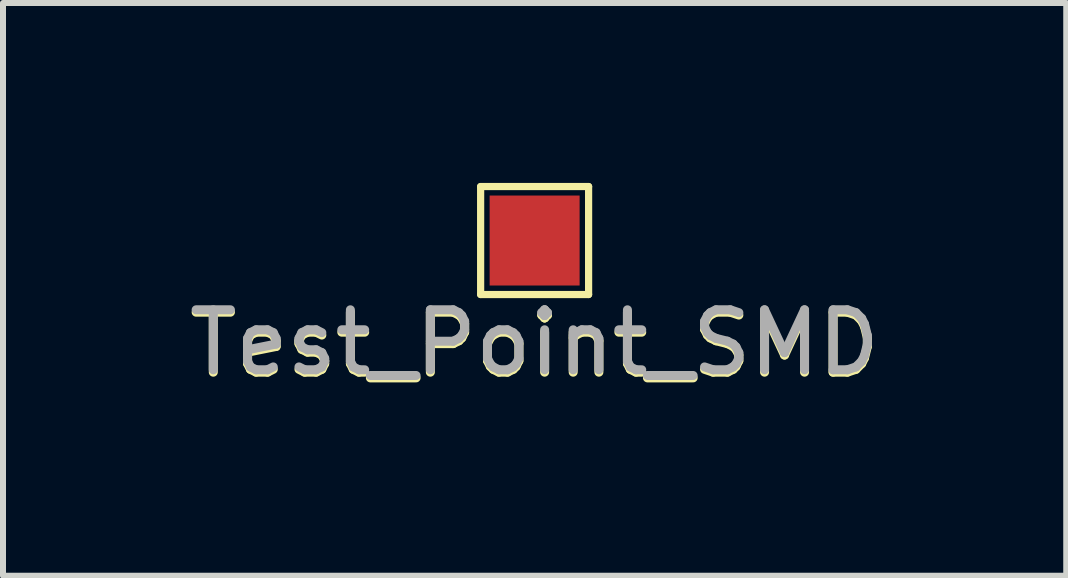
<source format=kicad_pcb>
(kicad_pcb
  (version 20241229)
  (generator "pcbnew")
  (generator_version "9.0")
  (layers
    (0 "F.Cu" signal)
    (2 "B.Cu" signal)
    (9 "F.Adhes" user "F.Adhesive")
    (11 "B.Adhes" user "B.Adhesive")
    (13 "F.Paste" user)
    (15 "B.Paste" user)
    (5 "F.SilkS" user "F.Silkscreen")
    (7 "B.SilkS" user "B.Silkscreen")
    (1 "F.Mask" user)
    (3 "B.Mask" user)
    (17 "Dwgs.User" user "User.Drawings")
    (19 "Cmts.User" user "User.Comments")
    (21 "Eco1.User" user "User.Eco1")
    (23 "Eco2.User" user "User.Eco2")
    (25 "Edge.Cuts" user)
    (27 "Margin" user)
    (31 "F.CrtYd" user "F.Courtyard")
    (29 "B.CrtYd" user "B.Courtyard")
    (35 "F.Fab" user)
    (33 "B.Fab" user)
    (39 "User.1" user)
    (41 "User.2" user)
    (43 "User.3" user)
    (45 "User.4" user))
  (footprint "Test_Point_SMD"
    (layer "F.Cu")
    (at 5.863 0.96)
    (property "Reference" "Test_Point_SMD" (at 0 1.74 0) (unlocked yes) (layer "F.SilkS") (effects (font (size 1 1) (thickness 0.15))))
    (attr smd)
    (fp_line (start -0.9 -0.9) (end 0.9 -0.9) (stroke (width 0.12) (type solid)) (layer "F.SilkS"))
    (fp_line (start -0.9 0.9) (end -0.9 -0.9) (stroke (width 0.12) (type solid)) (layer "F.SilkS"))
    (fp_line (start 0.9 -0.9) (end 0.9 0.9) (stroke (width 0.12) (type solid)) (layer "F.SilkS"))
    (fp_line (start 0.9 0.9) (end -0.9 0.9) (stroke (width 0.12) (type solid)) (layer "F.SilkS"))
    (fp_text user "${REFERENCE}" (at 0 1.7 0) (unlocked yes) (layer "F.Fab") (effects (font (size 1 1) (thickness 0.15))))
    (pad "1" smd rect (at 0 0) (size 1.5 1.5) (layers "F.Cu" "F.Mask" "F.Paste")))
  (gr_rect
    (start -3 -3)
    (end 14.726 6.548)
    (stroke (width 0.1) (type default))
    (fill no)
    (layer "Edge.Cuts")))
</source>
